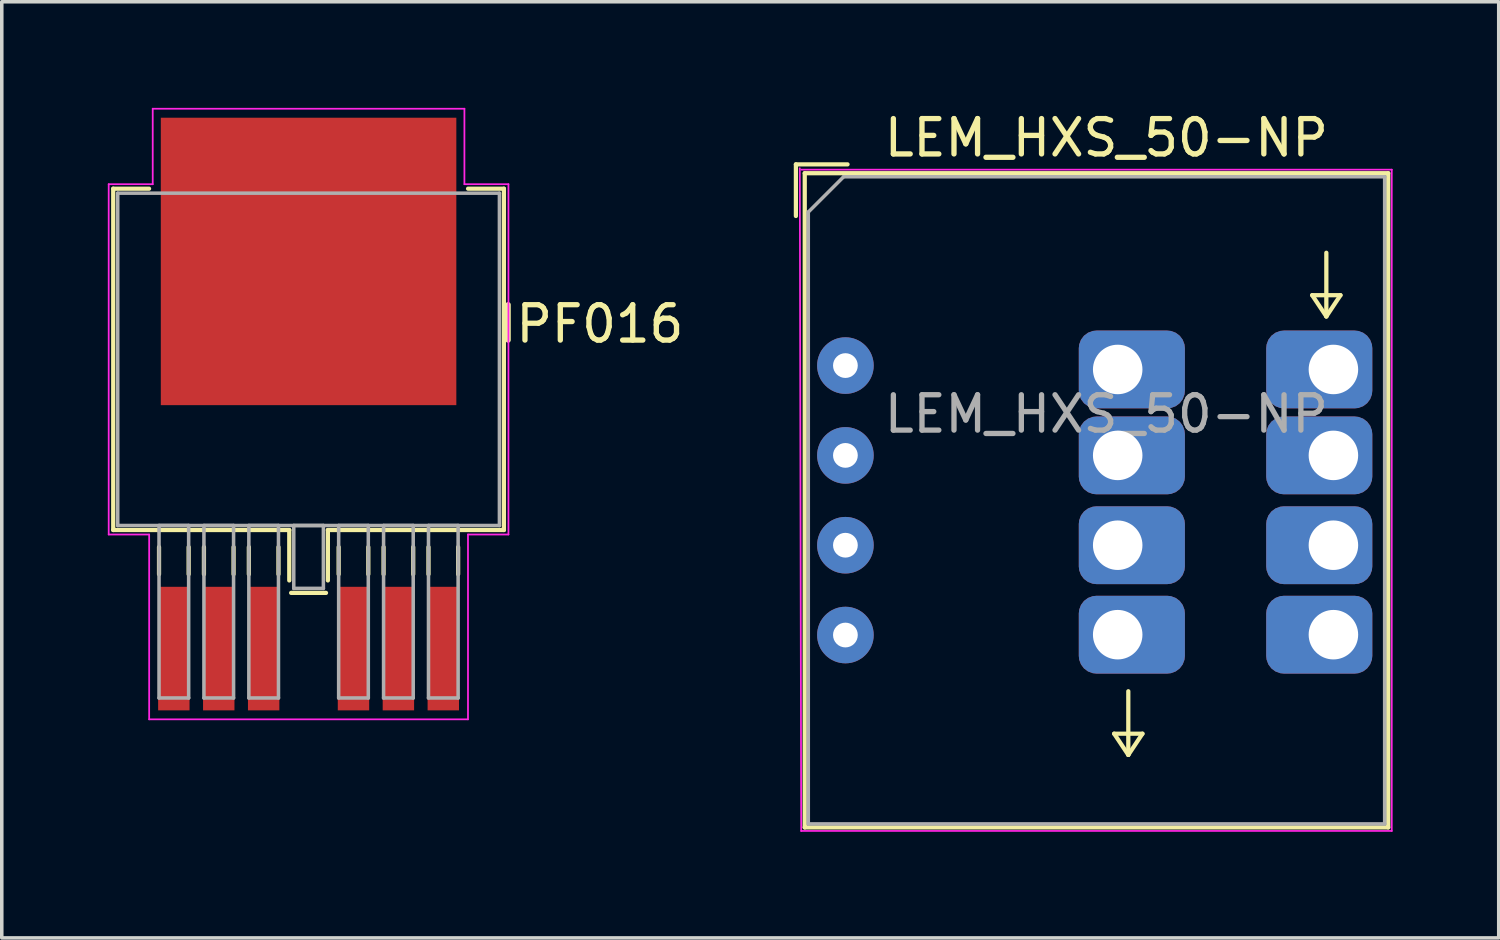
<source format=kicad_pcb>
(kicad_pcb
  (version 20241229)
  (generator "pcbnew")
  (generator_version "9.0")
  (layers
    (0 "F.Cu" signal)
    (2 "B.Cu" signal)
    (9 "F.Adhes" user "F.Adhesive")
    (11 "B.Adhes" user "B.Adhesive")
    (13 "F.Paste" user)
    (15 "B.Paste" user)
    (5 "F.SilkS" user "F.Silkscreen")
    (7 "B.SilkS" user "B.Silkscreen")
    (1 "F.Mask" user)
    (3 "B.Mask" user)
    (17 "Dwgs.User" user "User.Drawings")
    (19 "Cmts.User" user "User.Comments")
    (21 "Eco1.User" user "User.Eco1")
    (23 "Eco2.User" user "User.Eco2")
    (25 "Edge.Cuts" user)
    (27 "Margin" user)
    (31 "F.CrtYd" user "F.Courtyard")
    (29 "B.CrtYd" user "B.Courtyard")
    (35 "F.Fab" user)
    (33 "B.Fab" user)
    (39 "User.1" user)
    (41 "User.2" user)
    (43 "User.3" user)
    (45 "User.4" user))
  (footprint "IPF016"
    (layer "F.Cu")
    (at 5.676 7.112)
    (property "Reference" "IPF016" (at 8 -1 0) (layer "F.SilkS") (effects (font (size 1 1) (thickness 0.15))))
    (attr through_hole)
    (fp_line (start -5.524 -4.826) (end -5.524 4.826) (stroke (width 0.12) (type solid)) (layer "F.SilkS"))
    (fp_line (start -5.524 4.826) (end -0.546 4.826) (stroke (width 0.12) (type solid)) (layer "F.SilkS"))
    (fp_line (start -4.511 -4.826) (end -5.524 -4.826) (stroke (width 0.12) (type solid)) (layer "F.SilkS"))
    (fp_line (start -4.229 5.309) (end -4.229 6.076) (stroke (width 0.12) (type solid)) (layer "F.SilkS"))
    (fp_line (start -3.391 5.309) (end -3.391 6.076) (stroke (width 0.12) (type solid)) (layer "F.SilkS"))
    (fp_line (start -2.959 5.309) (end -2.959 6.076) (stroke (width 0.12) (type solid)) (layer "F.SilkS"))
    (fp_line (start -2.121 5.309) (end -2.121 6.076) (stroke (width 0.12) (type solid)) (layer "F.SilkS"))
    (fp_line (start -1.689 5.309) (end -1.689 6.076) (stroke (width 0.12) (type solid)) (layer "F.SilkS"))
    (fp_line (start -0.851 5.309) (end -0.851 6.076) (stroke (width 0.12) (type solid)) (layer "F.SilkS"))
    (fp_line (start -0.546 4.826) (end -0.546 6.252) (stroke (width 0.12) (type solid)) (layer "F.SilkS"))
    (fp_line (start -0.493 6.604) (end 0.493 6.604) (stroke (width 0.12) (type solid)) (layer "F.SilkS"))
    (fp_line (start 0.546 4.826) (end 5.524 4.826) (stroke (width 0.12) (type solid)) (layer "F.SilkS"))
    (fp_line (start 0.546 6.252) (end 0.546 4.826) (stroke (width 0.12) (type solid)) (layer "F.SilkS"))
    (fp_line (start 0.851 5.309) (end 0.851 6.076) (stroke (width 0.12) (type solid)) (layer "F.SilkS"))
    (fp_line (start 1.689 5.309) (end 1.689 6.076) (stroke (width 0.12) (type solid)) (layer "F.SilkS"))
    (fp_line (start 2.121 5.309) (end 2.121 6.076) (stroke (width 0.12) (type solid)) (layer "F.SilkS"))
    (fp_line (start 2.959 5.309) (end 2.959 6.076) (stroke (width 0.12) (type solid)) (layer "F.SilkS"))
    (fp_line (start 3.391 5.309) (end 3.391 6.076) (stroke (width 0.12) (type solid)) (layer "F.SilkS"))
    (fp_line (start 4.229 5.309) (end 4.229 6.076) (stroke (width 0.12) (type solid)) (layer "F.SilkS"))
    (fp_line (start 5.524 -4.826) (end 4.511 -4.826) (stroke (width 0.12) (type solid)) (layer "F.SilkS"))
    (fp_line (start 5.524 4.826) (end 5.524 -4.826) (stroke (width 0.12) (type solid)) (layer "F.SilkS"))
    (fp_line (start -5.652 -4.953) (end -4.407 -4.953) (stroke (width 0.05) (type solid)) (layer "F.CrtYd"))
    (fp_line (start -5.652 4.953) (end -5.652 -4.953) (stroke (width 0.05) (type solid)) (layer "F.CrtYd"))
    (fp_line (start -4.508 4.953) (end -5.652 4.953) (stroke (width 0.05) (type solid)) (layer "F.CrtYd"))
    (fp_line (start -4.508 10.18) (end -4.508 4.953) (stroke (width 0.05) (type solid)) (layer "F.CrtYd"))
    (fp_line (start -4.407 -7.087) (end 4.407 -7.087) (stroke (width 0.05) (type solid)) (layer "F.CrtYd"))
    (fp_line (start -4.407 -4.953) (end -4.407 -7.087) (stroke (width 0.05) (type solid)) (layer "F.CrtYd"))
    (fp_line (start 4.407 -7.087) (end 4.407 -4.953) (stroke (width 0.05) (type solid)) (layer "F.CrtYd"))
    (fp_line (start 4.407 -4.953) (end 5.652 -4.953) (stroke (width 0.05) (type solid)) (layer "F.CrtYd"))
    (fp_line (start 4.508 4.953) (end 4.508 10.18) (stroke (width 0.05) (type solid)) (layer "F.CrtYd"))
    (fp_line (start 4.508 10.18) (end -4.508 10.18) (stroke (width 0.05) (type solid)) (layer "F.CrtYd"))
    (fp_line (start 5.652 -4.953) (end 5.652 4.953) (stroke (width 0.05) (type solid)) (layer "F.CrtYd"))
    (fp_line (start 5.652 4.953) (end 4.508 4.953) (stroke (width 0.05) (type solid)) (layer "F.CrtYd"))
    (fp_line (start -5.397 -4.699) (end -5.397 4.699) (stroke (width 0.1) (type solid)) (layer "F.Fab"))
    (fp_line (start -5.397 4.699) (end 5.397 4.699) (stroke (width 0.1) (type solid)) (layer "F.Fab"))
    (fp_line (start -4.229 4.699) (end -4.229 9.576) (stroke (width 0.1) (type solid)) (layer "F.Fab"))
    (fp_line (start -4.229 9.576) (end -3.391 9.576) (stroke (width 0.1) (type solid)) (layer "F.Fab"))
    (fp_line (start -3.391 4.699) (end -4.229 4.699) (stroke (width 0.1) (type solid)) (layer "F.Fab"))
    (fp_line (start -3.391 9.576) (end -3.391 4.699) (stroke (width 0.1) (type solid)) (layer "F.Fab"))
    (fp_line (start -2.959 4.699) (end -2.959 9.576) (stroke (width 0.1) (type solid)) (layer "F.Fab"))
    (fp_line (start -2.959 9.576) (end -2.121 9.576) (stroke (width 0.1) (type solid)) (layer "F.Fab"))
    (fp_line (start -2.121 4.699) (end -2.959 4.699) (stroke (width 0.1) (type solid)) (layer "F.Fab"))
    (fp_line (start -2.121 9.576) (end -2.121 4.699) (stroke (width 0.1) (type solid)) (layer "F.Fab"))
    (fp_line (start -1.689 4.699) (end -1.689 9.576) (stroke (width 0.1) (type solid)) (layer "F.Fab"))
    (fp_line (start -1.689 9.576) (end -0.851 9.576) (stroke (width 0.1) (type solid)) (layer "F.Fab"))
    (fp_line (start -0.851 4.699) (end -1.689 4.699) (stroke (width 0.1) (type solid)) (layer "F.Fab"))
    (fp_line (start -0.851 9.576) (end -0.851 4.699) (stroke (width 0.1) (type solid)) (layer "F.Fab"))
    (fp_line (start -0.419 4.699) (end -0.419 6.477) (stroke (width 0.1) (type solid)) (layer "F.Fab"))
    (fp_line (start -0.419 6.477) (end 0.419 6.477) (stroke (width 0.1) (type solid)) (layer "F.Fab"))
    (fp_line (start 0.419 4.699) (end -0.419 4.699) (stroke (width 0.1) (type solid)) (layer "F.Fab"))
    (fp_line (start 0.419 6.477) (end 0.419 4.699) (stroke (width 0.1) (type solid)) (layer "F.Fab"))
    (fp_line (start 0.851 4.699) (end 0.851 9.576) (stroke (width 0.1) (type solid)) (layer "F.Fab"))
    (fp_line (start 0.851 9.576) (end 1.689 9.576) (stroke (width 0.1) (type solid)) (layer "F.Fab"))
    (fp_line (start 1.689 4.699) (end 0.851 4.699) (stroke (width 0.1) (type solid)) (layer "F.Fab"))
    (fp_line (start 1.689 9.576) (end 1.689 4.699) (stroke (width 0.1) (type solid)) (layer "F.Fab"))
    (fp_line (start 2.121 4.699) (end 2.121 9.576) (stroke (width 0.1) (type solid)) (layer "F.Fab"))
    (fp_line (start 2.121 9.576) (end 2.959 9.576) (stroke (width 0.1) (type solid)) (layer "F.Fab"))
    (fp_line (start 2.959 4.699) (end 2.121 4.699) (stroke (width 0.1) (type solid)) (layer "F.Fab"))
    (fp_line (start 2.959 9.576) (end 2.959 4.699) (stroke (width 0.1) (type solid)) (layer "F.Fab"))
    (fp_line (start 3.391 4.699) (end 3.391 9.576) (stroke (width 0.1) (type solid)) (layer "F.Fab"))
    (fp_line (start 3.391 9.576) (end 4.229 9.576) (stroke (width 0.1) (type solid)) (layer "F.Fab"))
    (fp_line (start 4.229 4.699) (end 3.391 4.699) (stroke (width 0.1) (type solid)) (layer "F.Fab"))
    (fp_line (start 4.229 9.576) (end 4.229 4.699) (stroke (width 0.1) (type solid)) (layer "F.Fab"))
    (fp_line (start 5.397 -4.699) (end -5.397 -4.699) (stroke (width 0.1) (type solid)) (layer "F.Fab"))
    (fp_line (start 5.397 4.699) (end 5.397 -4.699) (stroke (width 0.1) (type solid)) (layer "F.Fab"))
    (pad "1" smd rect (at -3.81 8.179) (size 0.888 3.494) (layers "F.Cu" "F.Mask" "F.Paste"))
    (pad "2" smd rect (at -2.54 8.179) (size 0.888 3.494) (layers "F.Cu" "F.Mask" "F.Paste"))
    (pad "2" smd rect (at -1.27 8.179) (size 0.888 3.494) (layers "F.Cu" "F.Mask" "F.Paste"))
    (pad "2" smd rect (at 1.27 8.179) (size 0.888 3.494) (layers "F.Cu" "F.Mask" "F.Paste"))
    (pad "2" smd rect (at 2.54 8.179) (size 0.888 3.494) (layers "F.Cu" "F.Mask" "F.Paste"))
    (pad "2" smd rect (at 3.81 8.179) (size 0.888 3.494) (layers "F.Cu" "F.Mask" "F.Paste"))
    (pad "3" smd rect (at 0 -2.769) (size 8.357 8.128) (layers "F.Cu" "F.Mask" "F.Paste")))
  (footprint "LEM_HXS_50-NP"
    (layer "F.Cu")
    (at 27.957 11.098)
    (property "Reference" "LEM_HXS_50-NP" (at 0.28 -10.25 0) (layer "F.SilkS") (effects (font (size 1 1) (thickness 0.15))))
    (attr through_hole)
    (fp_line (start -8.5 -8.04) (end -8.5 -9.5) (stroke (width 0.12) (type solid)) (layer "F.SilkS"))
    (fp_line (start -8.25 -9.25) (end -8.25 9.25) (stroke (width 0.12) (type solid)) (layer "F.SilkS"))
    (fp_line (start -8.25 9.25) (end 8.25 9.25) (stroke (width 0.12) (type solid)) (layer "F.SilkS"))
    (fp_line (start -7.04 -9.5) (end -8.5 -9.5) (stroke (width 0.12) (type solid)) (layer "F.SilkS"))
    (fp_line (start 0.5 6.6) (end 1.3 6.6) (stroke (width 0.12) (type solid)) (layer "F.SilkS"))
    (fp_line (start 0.9 7.2) (end 0.5 6.6) (stroke (width 0.12) (type solid)) (layer "F.SilkS"))
    (fp_line (start 0.9 7.2) (end 0.9 5.4) (stroke (width 0.12) (type solid)) (layer "F.SilkS"))
    (fp_line (start 1.3 6.6) (end 0.9 7.2) (stroke (width 0.12) (type solid)) (layer "F.SilkS"))
    (fp_line (start 6.1 -5.8) (end 6.9 -5.8) (stroke (width 0.12) (type solid)) (layer "F.SilkS"))
    (fp_line (start 6.5 -5.2) (end 6.1 -5.8) (stroke (width 0.12) (type solid)) (layer "F.SilkS"))
    (fp_line (start 6.5 -5.2) (end 6.5 -7) (stroke (width 0.12) (type solid)) (layer "F.SilkS"))
    (fp_line (start 6.9 -5.8) (end 6.5 -5.2) (stroke (width 0.12) (type solid)) (layer "F.SilkS"))
    (fp_line (start 8.25 -9.25) (end -8.25 -9.25) (stroke (width 0.12) (type solid)) (layer "F.SilkS"))
    (fp_line (start 8.25 9.25) (end 8.25 -9.25) (stroke (width 0.12) (type solid)) (layer "F.SilkS"))
    (fp_line (start -8.39 -9.39) (end -8.35 9.35) (stroke (width 0.05) (type solid)) (layer "F.CrtYd"))
    (fp_line (start -8.35 9.35) (end 8.35 9.35) (stroke (width 0.05) (type solid)) (layer "F.CrtYd"))
    (fp_line (start 8.35 -9.35) (end -8.35 -9.35) (stroke (width 0.05) (type solid)) (layer "F.CrtYd"))
    (fp_line (start 8.35 9.35) (end 8.35 -9.35) (stroke (width 0.05) (type solid)) (layer "F.CrtYd"))
    (fp_line (start -8.15 -8.15) (end -8.15 9.15) (stroke (width 0.1) (type solid)) (layer "F.Fab"))
    (fp_line (start -8.14 9.15) (end 8.15 9.15) (stroke (width 0.1) (type solid)) (layer "F.Fab"))
    (fp_line (start -7.15 -9.15) (end -8.15 -8.15) (stroke (width 0.1) (type solid)) (layer "F.Fab"))
    (fp_line (start 8.15 -9.15) (end -7.15 -9.15) (stroke (width 0.1) (type solid)) (layer "F.Fab"))
    (fp_line (start 8.15 9.15) (end 8.15 -9.15) (stroke (width 0.1) (type solid)) (layer "F.Fab"))
    (fp_text user "${REFERENCE}" (at 0.28 -2.44 0) (layer "F.Fab") (effects (font (size 1 1) (thickness 0.15))))
    (pad "1" thru_hole roundrect (at 6.7 -3.7) (size 3 2.2) (drill 1.4 (offset -0.4 0)) (layers "*.Cu" "*.Mask") (roundrect_rratio 0.227))
    (pad "2" thru_hole roundrect (at 0.6 -3.7) (size 3 2.2) (drill 1.4 (offset 0.4 0)) (layers "*.Cu" "*.Mask") (roundrect_rratio 0.227))
    (pad "3" thru_hole roundrect (at 6.7 -1.27) (size 3 2.2) (drill 1.4 (offset -0.4 0)) (layers "*.Cu" "*.Mask") (roundrect_rratio 0.227))
    (pad "4" thru_hole roundrect (at 0.6 -1.27) (size 3 2.2) (drill 1.4 (offset 0.4 0)) (layers "*.Cu" "*.Mask") (roundrect_rratio 0.227))
    (pad "5" thru_hole roundrect (at 6.7 1.27) (size 3 2.2) (drill 1.4 (offset -0.4 0)) (layers "*.Cu" "*.Mask") (roundrect_rratio 0.227))
    (pad "6" thru_hole roundrect (at 0.6 1.27) (size 3 2.2) (drill 1.4 (offset 0.4 0)) (layers "*.Cu" "*.Mask") (roundrect_rratio 0.227))
    (pad "7" thru_hole roundrect (at 6.7 3.8) (size 3 2.2) (drill 1.4 (offset -0.4 0)) (layers "*.Cu" "*.Mask") (roundrect_rratio 0.227))
    (pad "8" thru_hole roundrect (at 0.6 3.8) (size 3 2.2) (drill 1.4 (offset 0.4 0)) (layers "*.Cu" "*.Mask") (roundrect_rratio 0.227))
    (pad "9" thru_hole circle (at -7.1 3.81) (size 1.6 1.6) (drill 0.7) (layers "*.Cu" "*.Mask"))
    (pad "10" thru_hole circle (at -7.1 1.27) (size 1.6 1.6) (drill 0.7) (layers "*.Cu" "*.Mask"))
    (pad "11" thru_hole circle (at -7.1 -1.27 90) (size 1.6 1.6) (drill 0.7) (layers "*.Cu" "*.Mask"))
    (pad "12" thru_hole circle (at -7.1 -3.81) (size 1.6 1.6) (drill 0.7) (layers "*.Cu" "*.Mask")))
  (gr_rect
    (start -3 -3)
    (end 39.332 23.473)
    (stroke (width 0.1) (type default))
    (fill no)
    (layer "Edge.Cuts")))
</source>
